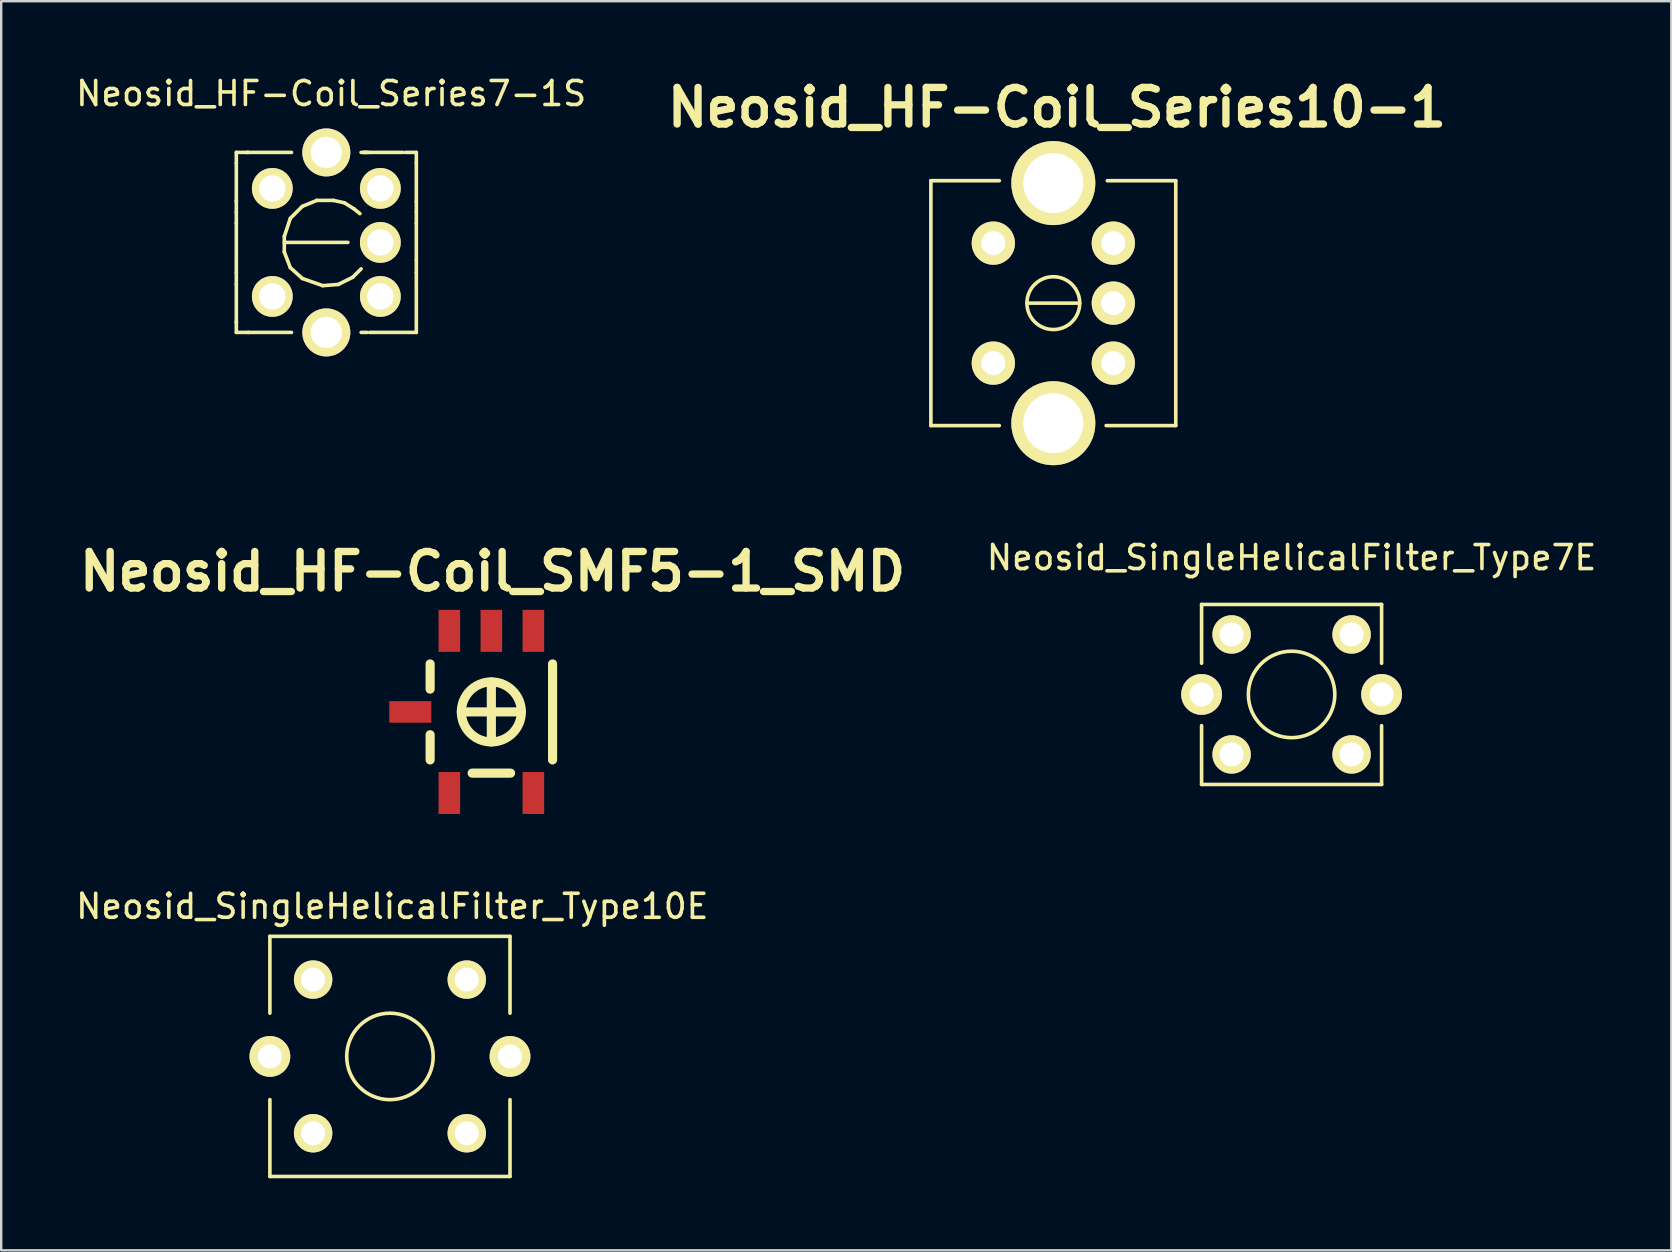
<source format=kicad_pcb>
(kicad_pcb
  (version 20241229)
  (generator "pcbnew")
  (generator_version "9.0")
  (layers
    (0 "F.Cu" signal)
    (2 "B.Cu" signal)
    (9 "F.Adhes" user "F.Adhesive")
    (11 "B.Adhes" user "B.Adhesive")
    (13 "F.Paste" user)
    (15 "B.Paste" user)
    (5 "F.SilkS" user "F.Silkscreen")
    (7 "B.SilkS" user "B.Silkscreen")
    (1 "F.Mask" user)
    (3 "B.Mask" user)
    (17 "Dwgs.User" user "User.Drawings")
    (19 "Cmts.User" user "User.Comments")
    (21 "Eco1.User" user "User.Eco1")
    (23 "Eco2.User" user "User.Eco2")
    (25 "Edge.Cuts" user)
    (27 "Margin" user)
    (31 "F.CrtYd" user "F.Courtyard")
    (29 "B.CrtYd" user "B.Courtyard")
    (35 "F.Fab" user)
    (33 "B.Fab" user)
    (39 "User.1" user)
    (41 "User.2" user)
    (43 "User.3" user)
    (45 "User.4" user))
  (footprint "Neosid_SingleHelicalFilter_Type10E"
    (layer "F.Cu")
    (at 13.193 40.955)
    (property "Reference" "Neosid_SingleHelicalFilter_Type10E" (at 0.099 -6.251 0) (layer "F.SilkS") (effects (font (size 1 1) (thickness 0.15))))
    (attr through_hole)
    (fp_line (start -5.001 -5.001) (end -5.001 -1.801) (stroke (width 0.15) (type solid)) (layer "F.SilkS"))
    (fp_line (start -5.001 1.801) (end -5.001 5.001) (stroke (width 0.15) (type solid)) (layer "F.SilkS"))
    (fp_line (start -5.001 5.001) (end 5.001 5.001) (stroke (width 0.15) (type solid)) (layer "F.SilkS"))
    (fp_line (start 5.001 -5.001) (end -5.001 -5.001) (stroke (width 0.15) (type solid)) (layer "F.SilkS"))
    (fp_line (start 5.001 -1.801) (end 5.001 -5.001) (stroke (width 0.15) (type solid)) (layer "F.SilkS"))
    (fp_line (start 5.001 5.001) (end 5.001 1.801) (stroke (width 0.15) (type solid)) (layer "F.SilkS"))
    (fp_circle (center 0 0) (end 1.801 0) (stroke (width 0.15) (type solid)) (fill no) (layer "F.SilkS"))
    (pad "1" thru_hole circle (at 3.2 3.2 90) (size 1.6 1.6) (drill 1.001) (layers "*.Cu" "*.Mask" "F.SilkS"))
    (pad "2" thru_hole circle (at 3.2 -3.2 90) (size 1.6 1.6) (drill 1.001) (layers "*.Cu" "*.Mask" "F.SilkS"))
    (pad "4" thru_hole circle (at -3.2 -3.2 90) (size 1.6 1.6) (drill 1.001) (layers "*.Cu" "*.Mask" "F.SilkS"))
    (pad "5" thru_hole circle (at -3.2 3.2 90) (size 1.6 1.6) (drill 1.001) (layers "*.Cu" "*.Mask" "F.SilkS"))
    (pad "~" thru_hole circle (at -5.001 0 90) (size 1.699 1.699) (drill 1.001) (layers "*.Cu" "*.Mask" "F.SilkS"))
    (pad "~" thru_hole circle (at 5.001 0 90) (size 1.699 1.699) (drill 1.001) (layers "*.Cu" "*.Mask" "F.SilkS")))
  (footprint "Neosid_HF-Coil_Series7-1S"
    (layer "F.Cu")
    (at 10.543 7.048)
    (property "Reference" "Neosid_HF-Coil_Series7-1S" (at 0.201 -6.2 0) (layer "F.SilkS") (effects (font (size 1 1) (thickness 0.15))))
    (attr through_hole)
    (fp_line (start -3.749 -3.749) (end -3.749 -3.299) (stroke (width 0.15) (type solid)) (layer "F.SilkS"))
    (fp_line (start -3.749 -3.749) (end -3.251 -3.749) (stroke (width 0.15) (type solid)) (layer "F.SilkS"))
    (fp_line (start -3.749 -3.299) (end -3.749 -1.699) (stroke (width 0.15) (type solid)) (layer "F.SilkS"))
    (fp_line (start -3.749 -1.25) (end -3.749 -1.75) (stroke (width 0.15) (type solid)) (layer "F.SilkS"))
    (fp_line (start -3.749 -1.25) (end -3.749 -0.8) (stroke (width 0.15) (type solid)) (layer "F.SilkS"))
    (fp_line (start -3.749 -0.8) (end -3.749 0.701) (stroke (width 0.15) (type solid)) (layer "F.SilkS"))
    (fp_line (start -3.749 1.25) (end -3.749 0.749) (stroke (width 0.15) (type solid)) (layer "F.SilkS"))
    (fp_line (start -3.749 1.25) (end -3.749 1.75) (stroke (width 0.15) (type solid)) (layer "F.SilkS"))
    (fp_line (start -3.749 1.75) (end -3.749 3.35) (stroke (width 0.15) (type solid)) (layer "F.SilkS"))
    (fp_line (start -3.749 3.749) (end -3.749 3.299) (stroke (width 0.15) (type solid)) (layer "F.SilkS"))
    (fp_line (start -3.749 3.749) (end -3.251 3.749) (stroke (width 0.15) (type solid)) (layer "F.SilkS"))
    (fp_line (start -3.251 3.749) (end -1.75 3.749) (stroke (width 0.15) (type solid)) (layer "F.SilkS"))
    (fp_line (start -1.801 -3.749) (end -3.299 -3.749) (stroke (width 0.15) (type solid)) (layer "F.SilkS"))
    (fp_line (start -1.75 -0.249) (end -1.75 0.399) (stroke (width 0.15) (type solid)) (layer "F.SilkS"))
    (fp_line (start -1.75 0) (end 0.899 0) (stroke (width 0.15) (type solid)) (layer "F.SilkS"))
    (fp_line (start -1.75 0.399) (end -1.501 1.049) (stroke (width 0.15) (type solid)) (layer "F.SilkS"))
    (fp_line (start -1.699 3.749) (end -1.45 3.749) (stroke (width 0.15) (type solid)) (layer "F.SilkS"))
    (fp_line (start -1.501 -1.001) (end -1.75 -0.249) (stroke (width 0.15) (type solid)) (layer "F.SilkS"))
    (fp_line (start -1.501 1.049) (end -1.001 1.501) (stroke (width 0.15) (type solid)) (layer "F.SilkS"))
    (fp_line (start -1.45 -3.749) (end -1.75 -3.749) (stroke (width 0.15) (type solid)) (layer "F.SilkS"))
    (fp_line (start -1.001 -1.501) (end -1.501 -1.001) (stroke (width 0.15) (type solid)) (layer "F.SilkS"))
    (fp_line (start -1.001 1.501) (end -0.15 1.801) (stroke (width 0.15) (type solid)) (layer "F.SilkS"))
    (fp_line (start -0.399 -1.75) (end -1.001 -1.501) (stroke (width 0.15) (type solid)) (layer "F.SilkS"))
    (fp_line (start -0.15 1.801) (end 0.5 1.75) (stroke (width 0.15) (type solid)) (layer "F.SilkS"))
    (fp_line (start 0.3 -1.75) (end -0.399 -1.75) (stroke (width 0.15) (type solid)) (layer "F.SilkS"))
    (fp_line (start 0.5 1.75) (end 1.1 1.45) (stroke (width 0.15) (type solid)) (layer "F.SilkS"))
    (fp_line (start 0.749 -1.651) (end 0.3 -1.75) (stroke (width 0.15) (type solid)) (layer "F.SilkS"))
    (fp_line (start 1.1 1.45) (end 1.45 1.1) (stroke (width 0.15) (type solid)) (layer "F.SilkS"))
    (fp_line (start 1.151 -1.4) (end 0.749 -1.651) (stroke (width 0.15) (type solid)) (layer "F.SilkS"))
    (fp_line (start 1.4 -1.199) (end 1.151 -1.4) (stroke (width 0.15) (type solid)) (layer "F.SilkS"))
    (fp_line (start 1.45 3.749) (end 1.699 3.749) (stroke (width 0.15) (type solid)) (layer "F.SilkS"))
    (fp_line (start 1.549 -3.749) (end 1.651 -3.749) (stroke (width 0.15) (type solid)) (layer "F.SilkS"))
    (fp_line (start 1.651 -3.749) (end 1.801 -3.749) (stroke (width 0.15) (type solid)) (layer "F.SilkS"))
    (fp_line (start 1.699 -3.749) (end 1.448 -3.749) (stroke (width 0.15) (type solid)) (layer "F.SilkS"))
    (fp_line (start 1.801 3.749) (end 3.251 3.749) (stroke (width 0.15) (type solid)) (layer "F.SilkS"))
    (fp_line (start 3.2 -3.749) (end 1.801 -3.749) (stroke (width 0.15) (type solid)) (layer "F.SilkS"))
    (fp_line (start 3.749 -3.749) (end 3.299 -3.749) (stroke (width 0.15) (type solid)) (layer "F.SilkS"))
    (fp_line (start 3.749 -3.749) (end 3.749 -3.299) (stroke (width 0.15) (type solid)) (layer "F.SilkS"))
    (fp_line (start 3.749 -3.299) (end 3.749 -1.699) (stroke (width 0.15) (type solid)) (layer "F.SilkS"))
    (fp_line (start 3.749 -1.25) (end 3.749 -1.699) (stroke (width 0.15) (type solid)) (layer "F.SilkS"))
    (fp_line (start 3.749 -1.25) (end 3.749 -0.8) (stroke (width 0.15) (type solid)) (layer "F.SilkS"))
    (fp_line (start 3.749 0.749) (end 3.749 -0.8) (stroke (width 0.15) (type solid)) (layer "F.SilkS"))
    (fp_line (start 3.749 1.25) (end 3.749 0.749) (stroke (width 0.15) (type solid)) (layer "F.SilkS"))
    (fp_line (start 3.749 1.25) (end 3.749 1.75) (stroke (width 0.15) (type solid)) (layer "F.SilkS"))
    (fp_line (start 3.749 3.251) (end 3.749 1.801) (stroke (width 0.15) (type solid)) (layer "F.SilkS"))
    (fp_line (start 3.749 3.749) (end 3.299 3.749) (stroke (width 0.15) (type solid)) (layer "F.SilkS"))
    (fp_line (start 3.749 3.749) (end 3.749 3.299) (stroke (width 0.15) (type solid)) (layer "F.SilkS"))
    (pad "1" thru_hole circle (at -2.25 -2.25 90) (size 1.699 1.699) (drill 1.1) (layers "*.Cu" "*.Mask" "F.SilkS"))
    (pad "3" thru_hole circle (at -2.25 2.25 90) (size 1.699 1.699) (drill 1.1) (layers "*.Cu" "*.Mask" "F.SilkS"))
    (pad "4" thru_hole circle (at 2.25 2.25 90) (size 1.699 1.699) (drill 1.1) (layers "*.Cu" "*.Mask" "F.SilkS"))
    (pad "5" thru_hole circle (at 2.25 0 90) (size 1.699 1.699) (drill 1.1) (layers "*.Cu" "*.Mask" "F.SilkS"))
    (pad "6" thru_hole circle (at 2.25 -2.25 90) (size 1.699 1.699) (drill 1.1) (layers "*.Cu" "*.Mask" "F.SilkS"))
    (pad "~" thru_hole circle (at 0 -3.749 90) (size 1.999 1.999) (drill 1.3) (layers "*.Cu" "*.Mask" "F.SilkS"))
    (pad "~" thru_hole circle (at 0 3.749 90) (size 1.999 1.999) (drill 1.3) (layers "*.Cu" "*.Mask" "F.SilkS")))
  (footprint "Neosid_SingleHelicalFilter_Type7E"
    (layer "F.Cu")
    (at 50.751 25.877)
    (property "Reference" "Neosid_SingleHelicalFilter_Type7E" (at 0 -5.7 0) (layer "F.SilkS") (effects (font (size 1 1) (thickness 0.15))))
    (attr through_hole)
    (fp_line (start -3.749 -3.749) (end -3.749 -1.3) (stroke (width 0.15) (type solid)) (layer "F.SilkS"))
    (fp_line (start -3.749 1.3) (end -3.749 3.749) (stroke (width 0.15) (type solid)) (layer "F.SilkS"))
    (fp_line (start -3.749 3.749) (end 3.749 3.749) (stroke (width 0.15) (type solid)) (layer "F.SilkS"))
    (fp_line (start 3.749 -3.749) (end -3.749 -3.749) (stroke (width 0.15) (type solid)) (layer "F.SilkS"))
    (fp_line (start 3.749 -1.3) (end 3.749 -3.749) (stroke (width 0.15) (type solid)) (layer "F.SilkS"))
    (fp_line (start 3.749 3.749) (end 3.749 1.3) (stroke (width 0.15) (type solid)) (layer "F.SilkS"))
    (fp_circle (center 0 0) (end 1.801 0) (stroke (width 0.15) (type solid)) (fill no) (layer "F.SilkS"))
    (pad "1" thru_hole circle (at 2.499 2.499 90) (size 1.6 1.6) (drill 1.001) (layers "*.Cu" "*.Mask" "F.SilkS"))
    (pad "2" thru_hole circle (at 2.499 -2.499 90) (size 1.6 1.6) (drill 1.001) (layers "*.Cu" "*.Mask" "F.SilkS"))
    (pad "4" thru_hole circle (at -2.499 -2.499 90) (size 1.6 1.6) (drill 1.001) (layers "*.Cu" "*.Mask" "F.SilkS"))
    (pad "5" thru_hole circle (at -2.499 2.499 90) (size 1.6 1.6) (drill 1.001) (layers "*.Cu" "*.Mask" "F.SilkS"))
    (pad "~" thru_hole circle (at -3.749 0 90) (size 1.699 1.699) (drill 1.001) (layers "*.Cu" "*.Mask" "F.SilkS"))
    (pad "~" thru_hole circle (at 3.749 0 90) (size 1.699 1.699) (drill 1.001) (layers "*.Cu" "*.Mask" "F.SilkS")))
  (footprint "Neosid_HF-Coil_SMF5-1_SMD"
    (layer "F.Cu")
    (at 17.417 26.605)
    (property "Reference" "Neosid_HF-Coil_SMF5-1_SMD" (at 0.051 -5.85 0) (layer "F.SilkS") (effects (font (size 1.524 1.524) (thickness 0.305))))
    (attr through_hole)
    (fp_line (start -2.55 -1.999) (end -2.55 -0.95) (stroke (width 0.381) (type solid)) (layer "F.SilkS"))
    (fp_line (start -2.55 0.95) (end -2.55 1.999) (stroke (width 0.381) (type solid)) (layer "F.SilkS"))
    (fp_line (start -0.8 2.55) (end 0.8 2.55) (stroke (width 0.381) (type solid)) (layer "F.SilkS"))
    (fp_line (start 0 -1.25) (end 0 1.25) (stroke (width 0.381) (type solid)) (layer "F.SilkS"))
    (fp_line (start 1.25 0) (end -1.25 0) (stroke (width 0.381) (type solid)) (layer "F.SilkS"))
    (fp_line (start 2.55 -1.999) (end 2.55 1.999) (stroke (width 0.381) (type solid)) (layer "F.SilkS"))
    (fp_circle (center 0 0) (end 1.25 0) (stroke (width 0.381) (type solid)) (fill no) (layer "F.SilkS"))
    (pad "1" smd rect (at -1.75 3.376) (size 0.899 1.75) (layers "F.Cu" "F.Mask" "F.Paste"))
    (pad "2" smd rect (at -1.75 -3.376) (size 0.899 1.75) (layers "F.Cu" "F.Mask" "F.Paste"))
    (pad "3" smd rect (at 0 -3.376) (size 0.899 1.75) (layers "F.Cu" "F.Mask" "F.Paste"))
    (pad "4" smd rect (at 1.75 -3.376) (size 0.899 1.75) (layers "F.Cu" "F.Mask" "F.Paste"))
    (pad "5" smd rect (at 1.75 3.376) (size 0.899 1.75) (layers "F.Cu" "F.Mask" "F.Paste"))
    (pad "~" smd rect (at -3.376 0 90) (size 0.899 1.75) (layers "F.Cu" "F.Mask" "F.Paste")))
  (footprint "Neosid_HF-Coil_Series10-1"
    (layer "F.Cu")
    (at 40.826 9.577)
    (property "Reference" "Neosid_HF-Coil_Series10-1" (at 0.15 -8.151 0) (layer "F.SilkS") (effects (font (size 1.524 1.524) (thickness 0.305))))
    (attr through_hole)
    (fp_line (start -5.1 -5.1) (end -5.1 5.1) (stroke (width 0.15) (type solid)) (layer "F.SilkS"))
    (fp_line (start -5.1 5.1) (end -2.25 5.1) (stroke (width 0.15) (type solid)) (layer "F.SilkS"))
    (fp_line (start -2.25 -5.1) (end -5.1 -5.1) (stroke (width 0.15) (type solid)) (layer "F.SilkS"))
    (fp_line (start -1.1 0) (end 1.1 0) (stroke (width 0.15) (type solid)) (layer "F.SilkS"))
    (fp_line (start 2.2 5.1) (end 5.1 5.1) (stroke (width 0.15) (type solid)) (layer "F.SilkS"))
    (fp_line (start 5.1 -5.1) (end 2.25 -5.1) (stroke (width 0.15) (type solid)) (layer "F.SilkS"))
    (fp_line (start 5.1 5.1) (end 5.1 -5.1) (stroke (width 0.15) (type solid)) (layer "F.SilkS"))
    (fp_circle (center 0 0) (end 1.1 0) (stroke (width 0.15) (type solid)) (fill no) (layer "F.SilkS"))
    (pad "1" thru_hole circle (at -2.499 -2.499 90) (size 1.801 1.801) (drill 1.001) (layers "*.Cu" "*.Mask" "F.SilkS"))
    (pad "3" thru_hole circle (at -2.499 2.499 90) (size 1.801 1.801) (drill 1.001) (layers "*.Cu" "*.Mask" "F.SilkS"))
    (pad "4" thru_hole circle (at 2.499 2.499 90) (size 1.801 1.801) (drill 1.001) (layers "*.Cu" "*.Mask" "F.SilkS"))
    (pad "5" thru_hole circle (at 2.499 0 90) (size 1.801 1.801) (drill 1.001) (layers "*.Cu" "*.Mask" "F.SilkS"))
    (pad "6" thru_hole circle (at 2.499 -2.499 90) (size 1.801 1.801) (drill 1.001) (layers "*.Cu" "*.Mask" "F.SilkS"))
    (pad "~" thru_hole circle (at 0 -5.001 90) (size 3.5 3.5) (drill 2.499) (layers "*.Cu" "*.Mask" "F.SilkS"))
    (pad "~" thru_hole circle (at 0 5.001 90) (size 3.5 3.5) (drill 2.499) (layers "*.Cu" "*.Mask" "F.SilkS")))
  (gr_rect
    (start -3 -3)
    (end 66.567 49.031)
    (stroke (width 0.1) (type default))
    (fill no)
    (layer "Edge.Cuts")))
</source>
